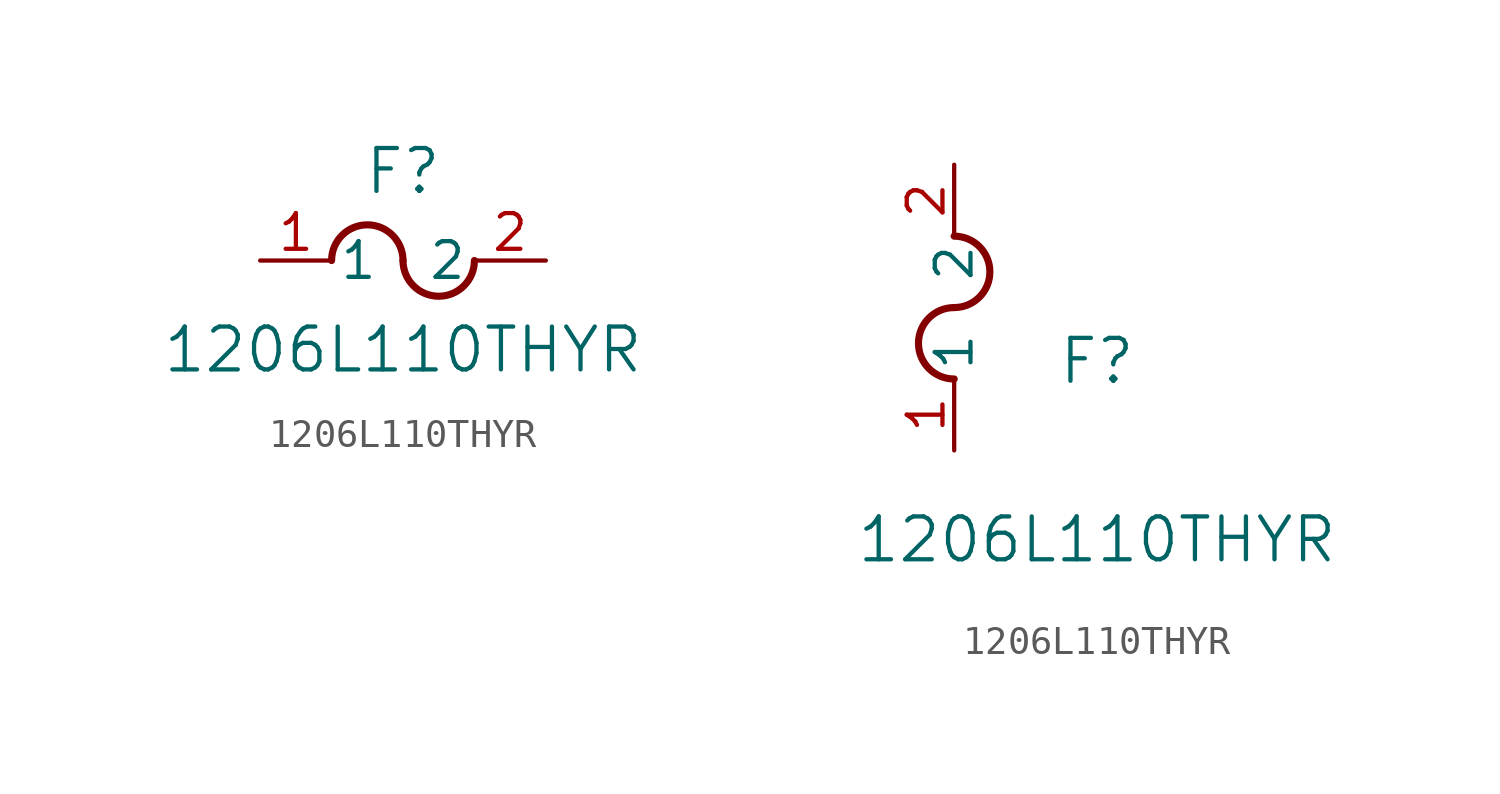
<source format=kicad_sym>
(kicad_symbol_lib
  (version 20241209)
  (generator "kicad_symbol_editor")
  (generator_version "9.0")
  (symbol "1206L110THYR"
    (pin_names
      (offset 0.254))
    (property "Reference" "F"
      (at 5.08 3.175 0)
      (effects (font (size 1.524 1.524))))
    (property "Value" "1206L110THYR"
      (at 5.08 -3.175 0)
      (effects (font (size 1.524 1.524))))
    (symbol "1206L110THYR_1_1"
      (arc (start 2.54 0) (mid 3.81 1.2645) (end 5.08 0) (stroke (width 0.254) (type default)) (fill (type none)))
      (arc (start 7.62 0) (mid 6.35 -1.2645) (end 5.08 0) (stroke (width 0.254) (type default)) (fill (type none)))
      (pin unspecified line (at 0 0 0) (length 2.54) (name "1" (effects (font (size 1.27 1.27)))) (number "1" (effects (font (size 1.27 1.27)))))
      (pin unspecified line (at 10.16 0 180) (length 2.54) (name "2" (effects (font (size 1.27 1.27)))) (number "2" (effects (font (size 1.27 1.27))))))
    (symbol "1206L110THYR_1_2"
      (arc (start 0 7.62) (mid 1.2645 6.35) (end 0 5.08) (stroke (width 0.254) (type default)) (fill (type none)))
      (arc (start 0 2.54) (mid -1.2645 3.81) (end 0 5.08) (stroke (width 0.254) (type default)) (fill (type none)))
      (pin unspecified line (at 0 10.16 270) (length 2.54) (name "2" (effects (font (size 1.27 1.27)))) (number "2" (effects (font (size 1.27 1.27)))))
      (pin unspecified line (at 0 0 90) (length 2.54) (name "1" (effects (font (size 1.27 1.27)))) (number "1" (effects (font (size 1.27 1.27))))))))
</source>
